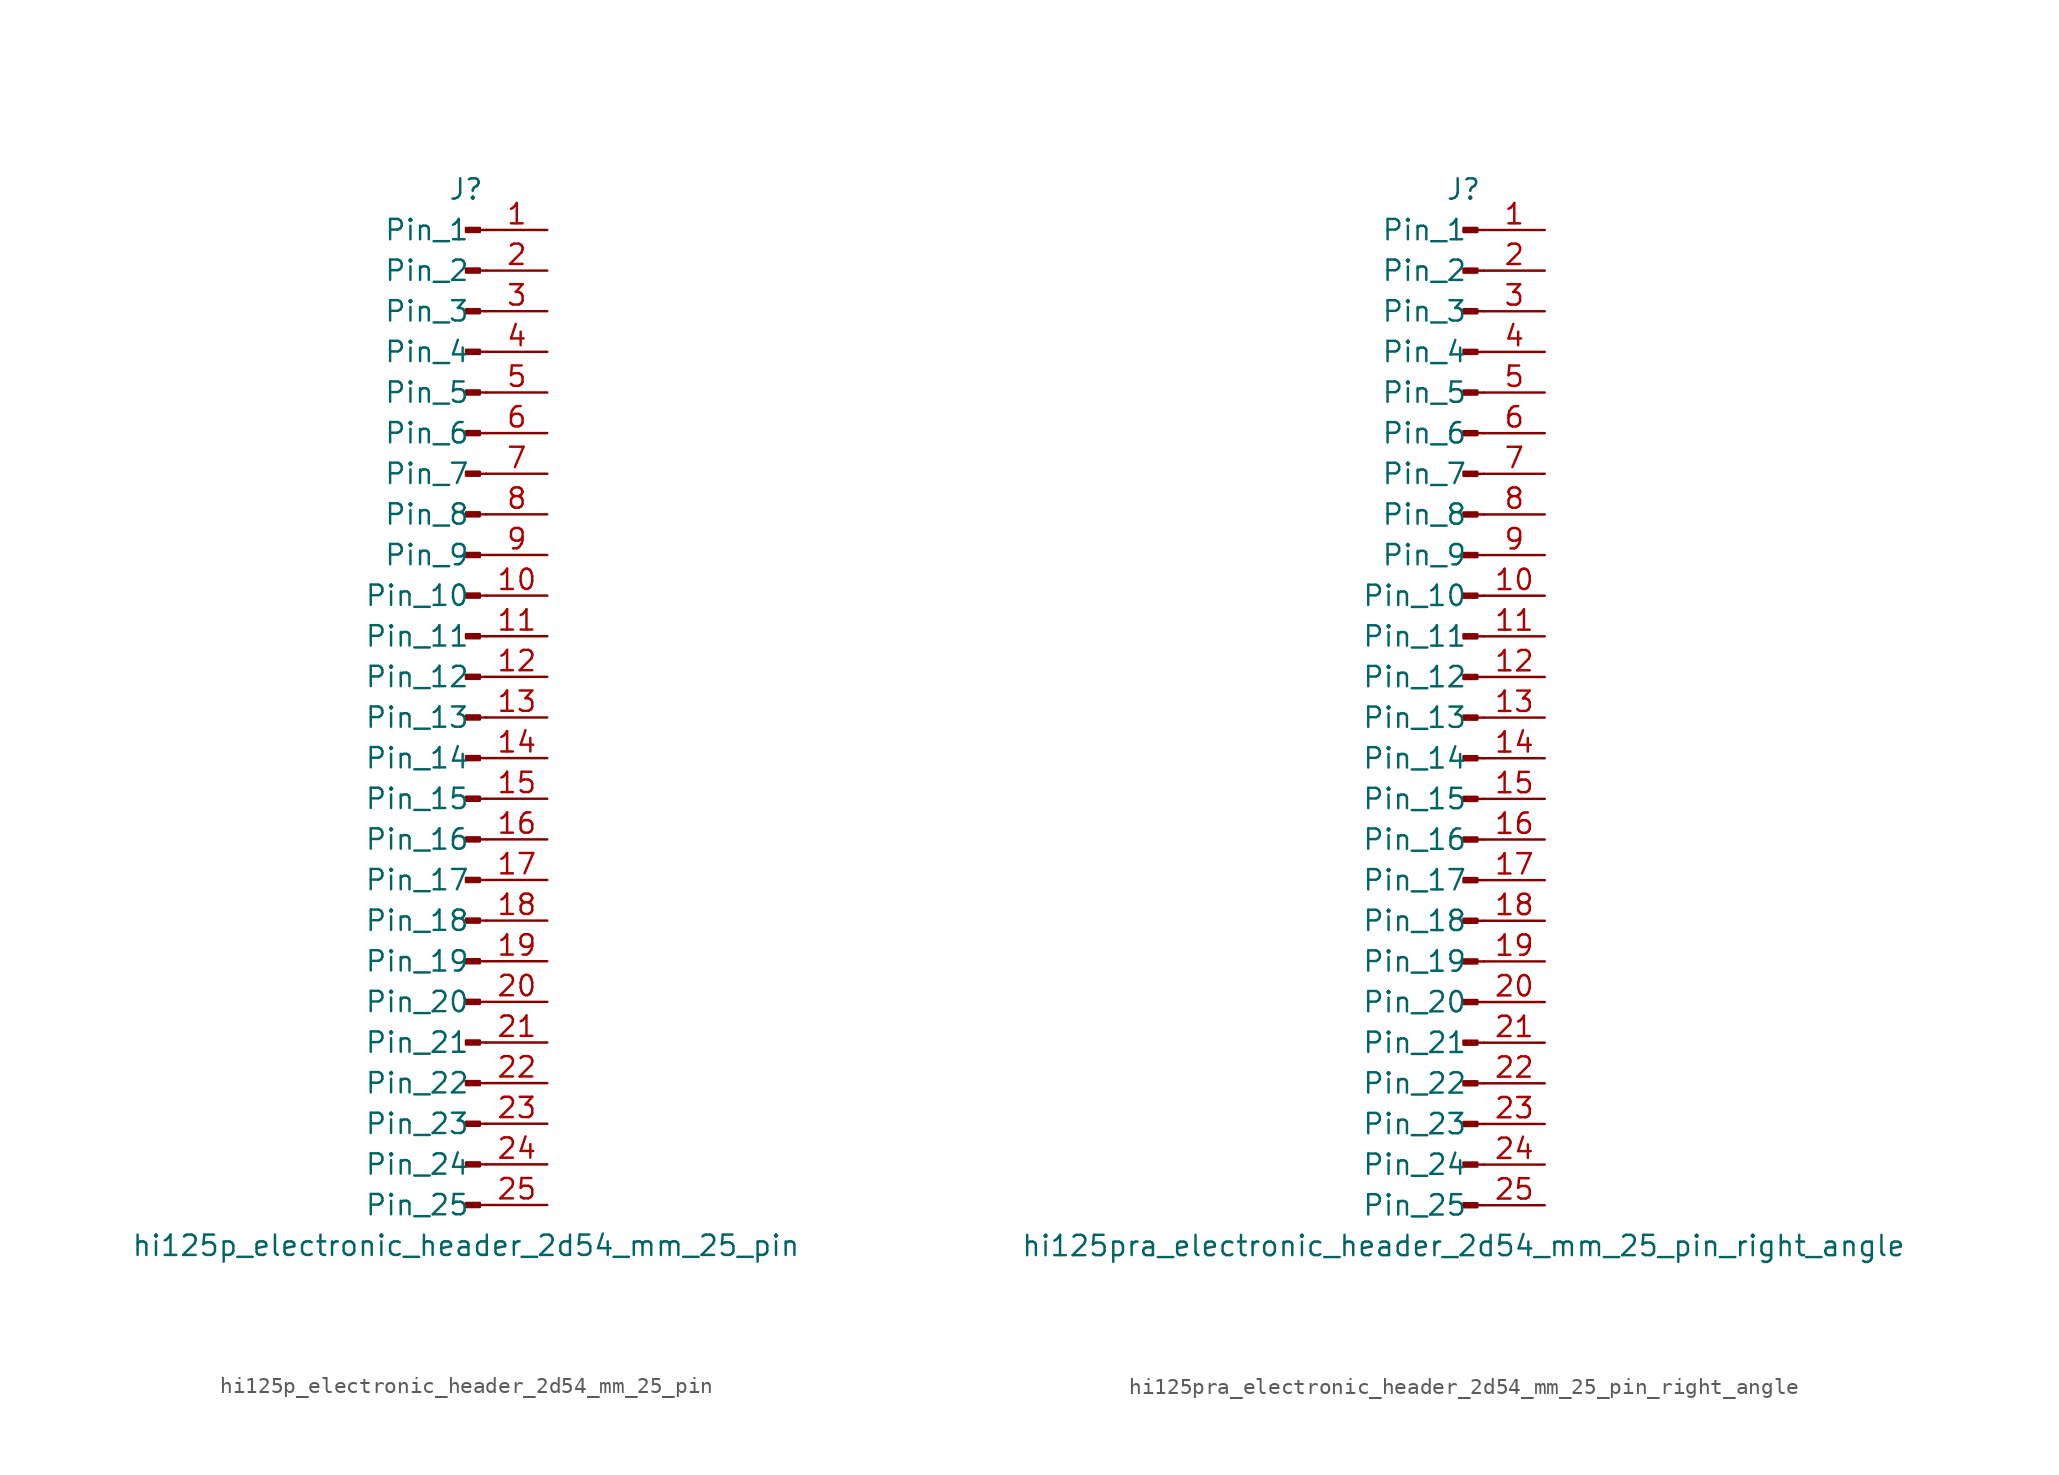
<source format=kicad_sym>
(kicad_symbol_lib
  (version 20220914)
  (generator kicad_symbol_editor)
  (symbol "hi125p_electronic_header_2d54_mm_25_pin"
    (pin_names
      (offset 1.016))
    (property "Reference" "J"
      (at 0 33.02 0)
      (effects (font (size 1.27 1.27))))
    (property "Value" "hi125p_electronic_header_2d54_mm_25_pin"
      (at 0 -33.02 0)
      (effects (font (size 1.27 1.27))))
    (property "ki_locked" ""
      (at 0 0 0)
      (effects (font (size 1.27 1.27))))
    (symbol "hi125p_electronic_header_2d54_mm_25_pin_1_1"
      (polyline (pts (xy 1.27 -30.48) (xy 0.864 -30.48)) (stroke (width 0.152) (type default)) (fill (type none)))
      (polyline (pts (xy 1.27 -27.94) (xy 0.864 -27.94)) (stroke (width 0.152) (type default)) (fill (type none)))
      (polyline (pts (xy 1.27 -25.4) (xy 0.864 -25.4)) (stroke (width 0.152) (type default)) (fill (type none)))
      (polyline (pts (xy 1.27 -22.86) (xy 0.864 -22.86)) (stroke (width 0.152) (type default)) (fill (type none)))
      (polyline (pts (xy 1.27 -20.32) (xy 0.864 -20.32)) (stroke (width 0.152) (type default)) (fill (type none)))
      (polyline (pts (xy 1.27 -17.78) (xy 0.864 -17.78)) (stroke (width 0.152) (type default)) (fill (type none)))
      (polyline (pts (xy 1.27 -15.24) (xy 0.864 -15.24)) (stroke (width 0.152) (type default)) (fill (type none)))
      (polyline (pts (xy 1.27 -12.7) (xy 0.864 -12.7)) (stroke (width 0.152) (type default)) (fill (type none)))
      (polyline (pts (xy 1.27 -10.16) (xy 0.864 -10.16)) (stroke (width 0.152) (type default)) (fill (type none)))
      (polyline (pts (xy 1.27 -7.62) (xy 0.864 -7.62)) (stroke (width 0.152) (type default)) (fill (type none)))
      (polyline (pts (xy 1.27 -5.08) (xy 0.864 -5.08)) (stroke (width 0.152) (type default)) (fill (type none)))
      (polyline (pts (xy 1.27 -2.54) (xy 0.864 -2.54)) (stroke (width 0.152) (type default)) (fill (type none)))
      (polyline (pts (xy 1.27 0) (xy 0.864 0)) (stroke (width 0.152) (type default)) (fill (type none)))
      (polyline (pts (xy 1.27 2.54) (xy 0.864 2.54)) (stroke (width 0.152) (type default)) (fill (type none)))
      (polyline (pts (xy 1.27 5.08) (xy 0.864 5.08)) (stroke (width 0.152) (type default)) (fill (type none)))
      (polyline (pts (xy 1.27 7.62) (xy 0.864 7.62)) (stroke (width 0.152) (type default)) (fill (type none)))
      (polyline (pts (xy 1.27 10.16) (xy 0.864 10.16)) (stroke (width 0.152) (type default)) (fill (type none)))
      (polyline (pts (xy 1.27 12.7) (xy 0.864 12.7)) (stroke (width 0.152) (type default)) (fill (type none)))
      (polyline (pts (xy 1.27 15.24) (xy 0.864 15.24)) (stroke (width 0.152) (type default)) (fill (type none)))
      (polyline (pts (xy 1.27 17.78) (xy 0.864 17.78)) (stroke (width 0.152) (type default)) (fill (type none)))
      (polyline (pts (xy 1.27 20.32) (xy 0.864 20.32)) (stroke (width 0.152) (type default)) (fill (type none)))
      (polyline (pts (xy 1.27 22.86) (xy 0.864 22.86)) (stroke (width 0.152) (type default)) (fill (type none)))
      (polyline (pts (xy 1.27 25.4) (xy 0.864 25.4)) (stroke (width 0.152) (type default)) (fill (type none)))
      (polyline (pts (xy 1.27 27.94) (xy 0.864 27.94)) (stroke (width 0.152) (type default)) (fill (type none)))
      (polyline (pts (xy 1.27 30.48) (xy 0.864 30.48)) (stroke (width 0.152) (type default)) (fill (type none)))
      (rectangle (start 0.864 -30.353) (end 0 -30.607) (stroke (width 0.152) (type default)) (fill (type outline)))
      (rectangle (start 0.864 -27.813) (end 0 -28.067) (stroke (width 0.152) (type default)) (fill (type outline)))
      (rectangle (start 0.864 -25.273) (end 0 -25.527) (stroke (width 0.152) (type default)) (fill (type outline)))
      (rectangle (start 0.864 -22.733) (end 0 -22.987) (stroke (width 0.152) (type default)) (fill (type outline)))
      (rectangle (start 0.864 -20.193) (end 0 -20.447) (stroke (width 0.152) (type default)) (fill (type outline)))
      (rectangle (start 0.864 -17.653) (end 0 -17.907) (stroke (width 0.152) (type default)) (fill (type outline)))
      (rectangle (start 0.864 -15.113) (end 0 -15.367) (stroke (width 0.152) (type default)) (fill (type outline)))
      (rectangle (start 0.864 -12.573) (end 0 -12.827) (stroke (width 0.152) (type default)) (fill (type outline)))
      (rectangle (start 0.864 -10.033) (end 0 -10.287) (stroke (width 0.152) (type default)) (fill (type outline)))
      (rectangle (start 0.864 -7.493) (end 0 -7.747) (stroke (width 0.152) (type default)) (fill (type outline)))
      (rectangle (start 0.864 -4.953) (end 0 -5.207) (stroke (width 0.152) (type default)) (fill (type outline)))
      (rectangle (start 0.864 -2.413) (end 0 -2.667) (stroke (width 0.152) (type default)) (fill (type outline)))
      (rectangle (start 0.864 0.127) (end 0 -0.127) (stroke (width 0.152) (type default)) (fill (type outline)))
      (rectangle (start 0.864 2.667) (end 0 2.413) (stroke (width 0.152) (type default)) (fill (type outline)))
      (rectangle (start 0.864 5.207) (end 0 4.953) (stroke (width 0.152) (type default)) (fill (type outline)))
      (rectangle (start 0.864 7.747) (end 0 7.493) (stroke (width 0.152) (type default)) (fill (type outline)))
      (rectangle (start 0.864 10.287) (end 0 10.033) (stroke (width 0.152) (type default)) (fill (type outline)))
      (rectangle (start 0.864 12.827) (end 0 12.573) (stroke (width 0.152) (type default)) (fill (type outline)))
      (rectangle (start 0.864 15.367) (end 0 15.113) (stroke (width 0.152) (type default)) (fill (type outline)))
      (rectangle (start 0.864 17.907) (end 0 17.653) (stroke (width 0.152) (type default)) (fill (type outline)))
      (rectangle (start 0.864 20.447) (end 0 20.193) (stroke (width 0.152) (type default)) (fill (type outline)))
      (rectangle (start 0.864 22.987) (end 0 22.733) (stroke (width 0.152) (type default)) (fill (type outline)))
      (rectangle (start 0.864 25.527) (end 0 25.273) (stroke (width 0.152) (type default)) (fill (type outline)))
      (rectangle (start 0.864 28.067) (end 0 27.813) (stroke (width 0.152) (type default)) (fill (type outline)))
      (rectangle (start 0.864 30.607) (end 0 30.353) (stroke (width 0.152) (type default)) (fill (type outline)))
      (pin passive line (at 5.08 30.48 180) (length 3.81) (name "Pin_1" (effects (font (size 1.27 1.27)))) (number "1" (effects (font (size 1.27 1.27)))))
      (pin passive line (at 5.08 7.62 180) (length 3.81) (name "Pin_10" (effects (font (size 1.27 1.27)))) (number "10" (effects (font (size 1.27 1.27)))))
      (pin passive line (at 5.08 5.08 180) (length 3.81) (name "Pin_11" (effects (font (size 1.27 1.27)))) (number "11" (effects (font (size 1.27 1.27)))))
      (pin passive line (at 5.08 2.54 180) (length 3.81) (name "Pin_12" (effects (font (size 1.27 1.27)))) (number "12" (effects (font (size 1.27 1.27)))))
      (pin passive line (at 5.08 0 180) (length 3.81) (name "Pin_13" (effects (font (size 1.27 1.27)))) (number "13" (effects (font (size 1.27 1.27)))))
      (pin passive line (at 5.08 -2.54 180) (length 3.81) (name "Pin_14" (effects (font (size 1.27 1.27)))) (number "14" (effects (font (size 1.27 1.27)))))
      (pin passive line (at 5.08 -5.08 180) (length 3.81) (name "Pin_15" (effects (font (size 1.27 1.27)))) (number "15" (effects (font (size 1.27 1.27)))))
      (pin passive line (at 5.08 -7.62 180) (length 3.81) (name "Pin_16" (effects (font (size 1.27 1.27)))) (number "16" (effects (font (size 1.27 1.27)))))
      (pin passive line (at 5.08 -10.16 180) (length 3.81) (name "Pin_17" (effects (font (size 1.27 1.27)))) (number "17" (effects (font (size 1.27 1.27)))))
      (pin passive line (at 5.08 -12.7 180) (length 3.81) (name "Pin_18" (effects (font (size 1.27 1.27)))) (number "18" (effects (font (size 1.27 1.27)))))
      (pin passive line (at 5.08 -15.24 180) (length 3.81) (name "Pin_19" (effects (font (size 1.27 1.27)))) (number "19" (effects (font (size 1.27 1.27)))))
      (pin passive line (at 5.08 27.94 180) (length 3.81) (name "Pin_2" (effects (font (size 1.27 1.27)))) (number "2" (effects (font (size 1.27 1.27)))))
      (pin passive line (at 5.08 -17.78 180) (length 3.81) (name "Pin_20" (effects (font (size 1.27 1.27)))) (number "20" (effects (font (size 1.27 1.27)))))
      (pin passive line (at 5.08 -20.32 180) (length 3.81) (name "Pin_21" (effects (font (size 1.27 1.27)))) (number "21" (effects (font (size 1.27 1.27)))))
      (pin passive line (at 5.08 -22.86 180) (length 3.81) (name "Pin_22" (effects (font (size 1.27 1.27)))) (number "22" (effects (font (size 1.27 1.27)))))
      (pin passive line (at 5.08 -25.4 180) (length 3.81) (name "Pin_23" (effects (font (size 1.27 1.27)))) (number "23" (effects (font (size 1.27 1.27)))))
      (pin passive line (at 5.08 -27.94 180) (length 3.81) (name "Pin_24" (effects (font (size 1.27 1.27)))) (number "24" (effects (font (size 1.27 1.27)))))
      (pin passive line (at 5.08 -30.48 180) (length 3.81) (name "Pin_25" (effects (font (size 1.27 1.27)))) (number "25" (effects (font (size 1.27 1.27)))))
      (pin passive line (at 5.08 25.4 180) (length 3.81) (name "Pin_3" (effects (font (size 1.27 1.27)))) (number "3" (effects (font (size 1.27 1.27)))))
      (pin passive line (at 5.08 22.86 180) (length 3.81) (name "Pin_4" (effects (font (size 1.27 1.27)))) (number "4" (effects (font (size 1.27 1.27)))))
      (pin passive line (at 5.08 20.32 180) (length 3.81) (name "Pin_5" (effects (font (size 1.27 1.27)))) (number "5" (effects (font (size 1.27 1.27)))))
      (pin passive line (at 5.08 17.78 180) (length 3.81) (name "Pin_6" (effects (font (size 1.27 1.27)))) (number "6" (effects (font (size 1.27 1.27)))))
      (pin passive line (at 5.08 15.24 180) (length 3.81) (name "Pin_7" (effects (font (size 1.27 1.27)))) (number "7" (effects (font (size 1.27 1.27)))))
      (pin passive line (at 5.08 12.7 180) (length 3.81) (name "Pin_8" (effects (font (size 1.27 1.27)))) (number "8" (effects (font (size 1.27 1.27)))))
      (pin passive line (at 5.08 10.16 180) (length 3.81) (name "Pin_9" (effects (font (size 1.27 1.27)))) (number "9" (effects (font (size 1.27 1.27)))))))
  (symbol "hi125pra_electronic_header_2d54_mm_25_pin_right_angle"
    (pin_names
      (offset 1.016))
    (property "Reference" "J"
      (at 0 33.02 0)
      (effects (font (size 1.27 1.27))))
    (property "Value" "hi125pra_electronic_header_2d54_mm_25_pin_right_angle"
      (at 0 -33.02 0)
      (effects (font (size 1.27 1.27))))
    (property "ki_locked" ""
      (at 0 0 0)
      (effects (font (size 1.27 1.27))))
    (symbol "hi125pra_electronic_header_2d54_mm_25_pin_right_angle_1_1"
      (polyline (pts (xy 1.27 -30.48) (xy 0.864 -30.48)) (stroke (width 0.152) (type default)) (fill (type none)))
      (polyline (pts (xy 1.27 -27.94) (xy 0.864 -27.94)) (stroke (width 0.152) (type default)) (fill (type none)))
      (polyline (pts (xy 1.27 -25.4) (xy 0.864 -25.4)) (stroke (width 0.152) (type default)) (fill (type none)))
      (polyline (pts (xy 1.27 -22.86) (xy 0.864 -22.86)) (stroke (width 0.152) (type default)) (fill (type none)))
      (polyline (pts (xy 1.27 -20.32) (xy 0.864 -20.32)) (stroke (width 0.152) (type default)) (fill (type none)))
      (polyline (pts (xy 1.27 -17.78) (xy 0.864 -17.78)) (stroke (width 0.152) (type default)) (fill (type none)))
      (polyline (pts (xy 1.27 -15.24) (xy 0.864 -15.24)) (stroke (width 0.152) (type default)) (fill (type none)))
      (polyline (pts (xy 1.27 -12.7) (xy 0.864 -12.7)) (stroke (width 0.152) (type default)) (fill (type none)))
      (polyline (pts (xy 1.27 -10.16) (xy 0.864 -10.16)) (stroke (width 0.152) (type default)) (fill (type none)))
      (polyline (pts (xy 1.27 -7.62) (xy 0.864 -7.62)) (stroke (width 0.152) (type default)) (fill (type none)))
      (polyline (pts (xy 1.27 -5.08) (xy 0.864 -5.08)) (stroke (width 0.152) (type default)) (fill (type none)))
      (polyline (pts (xy 1.27 -2.54) (xy 0.864 -2.54)) (stroke (width 0.152) (type default)) (fill (type none)))
      (polyline (pts (xy 1.27 0) (xy 0.864 0)) (stroke (width 0.152) (type default)) (fill (type none)))
      (polyline (pts (xy 1.27 2.54) (xy 0.864 2.54)) (stroke (width 0.152) (type default)) (fill (type none)))
      (polyline (pts (xy 1.27 5.08) (xy 0.864 5.08)) (stroke (width 0.152) (type default)) (fill (type none)))
      (polyline (pts (xy 1.27 7.62) (xy 0.864 7.62)) (stroke (width 0.152) (type default)) (fill (type none)))
      (polyline (pts (xy 1.27 10.16) (xy 0.864 10.16)) (stroke (width 0.152) (type default)) (fill (type none)))
      (polyline (pts (xy 1.27 12.7) (xy 0.864 12.7)) (stroke (width 0.152) (type default)) (fill (type none)))
      (polyline (pts (xy 1.27 15.24) (xy 0.864 15.24)) (stroke (width 0.152) (type default)) (fill (type none)))
      (polyline (pts (xy 1.27 17.78) (xy 0.864 17.78)) (stroke (width 0.152) (type default)) (fill (type none)))
      (polyline (pts (xy 1.27 20.32) (xy 0.864 20.32)) (stroke (width 0.152) (type default)) (fill (type none)))
      (polyline (pts (xy 1.27 22.86) (xy 0.864 22.86)) (stroke (width 0.152) (type default)) (fill (type none)))
      (polyline (pts (xy 1.27 25.4) (xy 0.864 25.4)) (stroke (width 0.152) (type default)) (fill (type none)))
      (polyline (pts (xy 1.27 27.94) (xy 0.864 27.94)) (stroke (width 0.152) (type default)) (fill (type none)))
      (polyline (pts (xy 1.27 30.48) (xy 0.864 30.48)) (stroke (width 0.152) (type default)) (fill (type none)))
      (rectangle (start 0.864 -30.353) (end 0 -30.607) (stroke (width 0.152) (type default)) (fill (type outline)))
      (rectangle (start 0.864 -27.813) (end 0 -28.067) (stroke (width 0.152) (type default)) (fill (type outline)))
      (rectangle (start 0.864 -25.273) (end 0 -25.527) (stroke (width 0.152) (type default)) (fill (type outline)))
      (rectangle (start 0.864 -22.733) (end 0 -22.987) (stroke (width 0.152) (type default)) (fill (type outline)))
      (rectangle (start 0.864 -20.193) (end 0 -20.447) (stroke (width 0.152) (type default)) (fill (type outline)))
      (rectangle (start 0.864 -17.653) (end 0 -17.907) (stroke (width 0.152) (type default)) (fill (type outline)))
      (rectangle (start 0.864 -15.113) (end 0 -15.367) (stroke (width 0.152) (type default)) (fill (type outline)))
      (rectangle (start 0.864 -12.573) (end 0 -12.827) (stroke (width 0.152) (type default)) (fill (type outline)))
      (rectangle (start 0.864 -10.033) (end 0 -10.287) (stroke (width 0.152) (type default)) (fill (type outline)))
      (rectangle (start 0.864 -7.493) (end 0 -7.747) (stroke (width 0.152) (type default)) (fill (type outline)))
      (rectangle (start 0.864 -4.953) (end 0 -5.207) (stroke (width 0.152) (type default)) (fill (type outline)))
      (rectangle (start 0.864 -2.413) (end 0 -2.667) (stroke (width 0.152) (type default)) (fill (type outline)))
      (rectangle (start 0.864 0.127) (end 0 -0.127) (stroke (width 0.152) (type default)) (fill (type outline)))
      (rectangle (start 0.864 2.667) (end 0 2.413) (stroke (width 0.152) (type default)) (fill (type outline)))
      (rectangle (start 0.864 5.207) (end 0 4.953) (stroke (width 0.152) (type default)) (fill (type outline)))
      (rectangle (start 0.864 7.747) (end 0 7.493) (stroke (width 0.152) (type default)) (fill (type outline)))
      (rectangle (start 0.864 10.287) (end 0 10.033) (stroke (width 0.152) (type default)) (fill (type outline)))
      (rectangle (start 0.864 12.827) (end 0 12.573) (stroke (width 0.152) (type default)) (fill (type outline)))
      (rectangle (start 0.864 15.367) (end 0 15.113) (stroke (width 0.152) (type default)) (fill (type outline)))
      (rectangle (start 0.864 17.907) (end 0 17.653) (stroke (width 0.152) (type default)) (fill (type outline)))
      (rectangle (start 0.864 20.447) (end 0 20.193) (stroke (width 0.152) (type default)) (fill (type outline)))
      (rectangle (start 0.864 22.987) (end 0 22.733) (stroke (width 0.152) (type default)) (fill (type outline)))
      (rectangle (start 0.864 25.527) (end 0 25.273) (stroke (width 0.152) (type default)) (fill (type outline)))
      (rectangle (start 0.864 28.067) (end 0 27.813) (stroke (width 0.152) (type default)) (fill (type outline)))
      (rectangle (start 0.864 30.607) (end 0 30.353) (stroke (width 0.152) (type default)) (fill (type outline)))
      (pin passive line (at 5.08 30.48 180) (length 3.81) (name "Pin_1" (effects (font (size 1.27 1.27)))) (number "1" (effects (font (size 1.27 1.27)))))
      (pin passive line (at 5.08 7.62 180) (length 3.81) (name "Pin_10" (effects (font (size 1.27 1.27)))) (number "10" (effects (font (size 1.27 1.27)))))
      (pin passive line (at 5.08 5.08 180) (length 3.81) (name "Pin_11" (effects (font (size 1.27 1.27)))) (number "11" (effects (font (size 1.27 1.27)))))
      (pin passive line (at 5.08 2.54 180) (length 3.81) (name "Pin_12" (effects (font (size 1.27 1.27)))) (number "12" (effects (font (size 1.27 1.27)))))
      (pin passive line (at 5.08 0 180) (length 3.81) (name "Pin_13" (effects (font (size 1.27 1.27)))) (number "13" (effects (font (size 1.27 1.27)))))
      (pin passive line (at 5.08 -2.54 180) (length 3.81) (name "Pin_14" (effects (font (size 1.27 1.27)))) (number "14" (effects (font (size 1.27 1.27)))))
      (pin passive line (at 5.08 -5.08 180) (length 3.81) (name "Pin_15" (effects (font (size 1.27 1.27)))) (number "15" (effects (font (size 1.27 1.27)))))
      (pin passive line (at 5.08 -7.62 180) (length 3.81) (name "Pin_16" (effects (font (size 1.27 1.27)))) (number "16" (effects (font (size 1.27 1.27)))))
      (pin passive line (at 5.08 -10.16 180) (length 3.81) (name "Pin_17" (effects (font (size 1.27 1.27)))) (number "17" (effects (font (size 1.27 1.27)))))
      (pin passive line (at 5.08 -12.7 180) (length 3.81) (name "Pin_18" (effects (font (size 1.27 1.27)))) (number "18" (effects (font (size 1.27 1.27)))))
      (pin passive line (at 5.08 -15.24 180) (length 3.81) (name "Pin_19" (effects (font (size 1.27 1.27)))) (number "19" (effects (font (size 1.27 1.27)))))
      (pin passive line (at 5.08 27.94 180) (length 3.81) (name "Pin_2" (effects (font (size 1.27 1.27)))) (number "2" (effects (font (size 1.27 1.27)))))
      (pin passive line (at 5.08 -17.78 180) (length 3.81) (name "Pin_20" (effects (font (size 1.27 1.27)))) (number "20" (effects (font (size 1.27 1.27)))))
      (pin passive line (at 5.08 -20.32 180) (length 3.81) (name "Pin_21" (effects (font (size 1.27 1.27)))) (number "21" (effects (font (size 1.27 1.27)))))
      (pin passive line (at 5.08 -22.86 180) (length 3.81) (name "Pin_22" (effects (font (size 1.27 1.27)))) (number "22" (effects (font (size 1.27 1.27)))))
      (pin passive line (at 5.08 -25.4 180) (length 3.81) (name "Pin_23" (effects (font (size 1.27 1.27)))) (number "23" (effects (font (size 1.27 1.27)))))
      (pin passive line (at 5.08 -27.94 180) (length 3.81) (name "Pin_24" (effects (font (size 1.27 1.27)))) (number "24" (effects (font (size 1.27 1.27)))))
      (pin passive line (at 5.08 -30.48 180) (length 3.81) (name "Pin_25" (effects (font (size 1.27 1.27)))) (number "25" (effects (font (size 1.27 1.27)))))
      (pin passive line (at 5.08 25.4 180) (length 3.81) (name "Pin_3" (effects (font (size 1.27 1.27)))) (number "3" (effects (font (size 1.27 1.27)))))
      (pin passive line (at 5.08 22.86 180) (length 3.81) (name "Pin_4" (effects (font (size 1.27 1.27)))) (number "4" (effects (font (size 1.27 1.27)))))
      (pin passive line (at 5.08 20.32 180) (length 3.81) (name "Pin_5" (effects (font (size 1.27 1.27)))) (number "5" (effects (font (size 1.27 1.27)))))
      (pin passive line (at 5.08 17.78 180) (length 3.81) (name "Pin_6" (effects (font (size 1.27 1.27)))) (number "6" (effects (font (size 1.27 1.27)))))
      (pin passive line (at 5.08 15.24 180) (length 3.81) (name "Pin_7" (effects (font (size 1.27 1.27)))) (number "7" (effects (font (size 1.27 1.27)))))
      (pin passive line (at 5.08 12.7 180) (length 3.81) (name "Pin_8" (effects (font (size 1.27 1.27)))) (number "8" (effects (font (size 1.27 1.27)))))
      (pin passive line (at 5.08 10.16 180) (length 3.81) (name "Pin_9" (effects (font (size 1.27 1.27)))) (number "9" (effects (font (size 1.27 1.27))))))))
</source>
